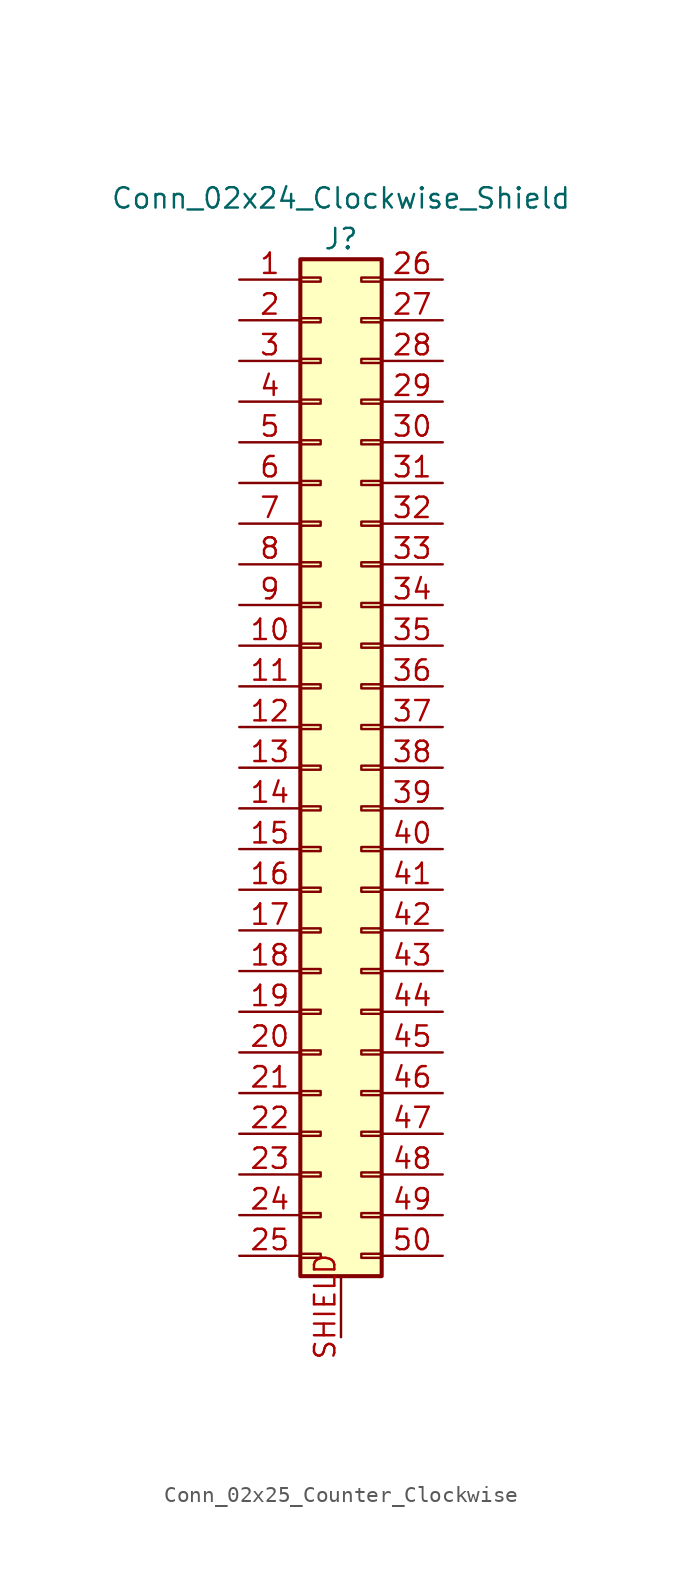
<source format=kicad_sym>
(kicad_symbol_lib
  (version 20241209)
  (generator "kicad_symbol_editor")
  (generator_version "9.0")
  (symbol "Conn_02x25_Counter_Clockwise"
    (pin_names
      (offset 1.016)
      (hide yes))
    (property "Reference" "J"
      (at 0 31.75 0)
      (effects (font (size 1.27 1.27))))
    (property "Value" "Conn_02x24_Clockwise_Shield"
      (at 0 34.29 0)
      (effects (font (size 1.27 1.27))))
    (symbol "Conn_02x25_Counter_Clockwise_1_1"
      (rectangle (start -2.54 30.48) (end 2.54 -33.02) (stroke (width 0.254) (type default)) (fill (type background)))
      (rectangle (start -2.54 29.337) (end -1.27 29.083) (stroke (width 0.152) (type default)) (fill (type none)))
      (rectangle (start -2.54 26.797) (end -1.27 26.543) (stroke (width 0.152) (type default)) (fill (type none)))
      (rectangle (start -2.54 24.257) (end -1.27 24.003) (stroke (width 0.152) (type default)) (fill (type none)))
      (rectangle (start -2.54 21.717) (end -1.27 21.463) (stroke (width 0.152) (type default)) (fill (type none)))
      (rectangle (start -2.54 19.177) (end -1.27 18.923) (stroke (width 0.152) (type default)) (fill (type none)))
      (rectangle (start -2.54 16.637) (end -1.27 16.383) (stroke (width 0.152) (type default)) (fill (type none)))
      (rectangle (start -2.54 14.097) (end -1.27 13.843) (stroke (width 0.152) (type default)) (fill (type none)))
      (rectangle (start -2.54 11.557) (end -1.27 11.303) (stroke (width 0.152) (type default)) (fill (type none)))
      (rectangle (start -2.54 9.017) (end -1.27 8.763) (stroke (width 0.152) (type default)) (fill (type none)))
      (rectangle (start -2.54 6.477) (end -1.27 6.223) (stroke (width 0.152) (type default)) (fill (type none)))
      (rectangle (start -2.54 3.937) (end -1.27 3.683) (stroke (width 0.152) (type default)) (fill (type none)))
      (rectangle (start -2.54 1.397) (end -1.27 1.143) (stroke (width 0.152) (type default)) (fill (type none)))
      (rectangle (start -2.54 -1.143) (end -1.27 -1.397) (stroke (width 0.152) (type default)) (fill (type none)))
      (rectangle (start -2.54 -3.683) (end -1.27 -3.937) (stroke (width 0.152) (type default)) (fill (type none)))
      (rectangle (start -2.54 -6.223) (end -1.27 -6.477) (stroke (width 0.152) (type default)) (fill (type none)))
      (rectangle (start -2.54 -8.763) (end -1.27 -9.017) (stroke (width 0.152) (type default)) (fill (type none)))
      (rectangle (start -2.54 -11.303) (end -1.27 -11.557) (stroke (width 0.152) (type default)) (fill (type none)))
      (rectangle (start -2.54 -13.843) (end -1.27 -14.097) (stroke (width 0.152) (type default)) (fill (type none)))
      (rectangle (start -2.54 -16.383) (end -1.27 -16.637) (stroke (width 0.152) (type default)) (fill (type none)))
      (rectangle (start -2.54 -18.923) (end -1.27 -19.177) (stroke (width 0.152) (type default)) (fill (type none)))
      (rectangle (start -2.54 -21.463) (end -1.27 -21.717) (stroke (width 0.152) (type default)) (fill (type none)))
      (rectangle (start -2.54 -24.003) (end -1.27 -24.257) (stroke (width 0.152) (type default)) (fill (type none)))
      (rectangle (start -2.54 -26.543) (end -1.27 -26.797) (stroke (width 0.152) (type default)) (fill (type none)))
      (rectangle (start -2.54 -29.083) (end -1.27 -29.337) (stroke (width 0.152) (type default)) (fill (type none)))
      (rectangle (start -2.54 -31.623) (end -1.27 -31.877) (stroke (width 0.152) (type default)) (fill (type none)))
      (rectangle (start 2.54 29.337) (end 1.27 29.083) (stroke (width 0.152) (type default)) (fill (type none)))
      (rectangle (start 2.54 26.797) (end 1.27 26.543) (stroke (width 0.152) (type default)) (fill (type none)))
      (rectangle (start 2.54 24.257) (end 1.27 24.003) (stroke (width 0.152) (type default)) (fill (type none)))
      (rectangle (start 2.54 21.717) (end 1.27 21.463) (stroke (width 0.152) (type default)) (fill (type none)))
      (rectangle (start 2.54 19.177) (end 1.27 18.923) (stroke (width 0.152) (type default)) (fill (type none)))
      (rectangle (start 2.54 16.637) (end 1.27 16.383) (stroke (width 0.152) (type default)) (fill (type none)))
      (rectangle (start 2.54 14.097) (end 1.27 13.843) (stroke (width 0.152) (type default)) (fill (type none)))
      (rectangle (start 2.54 11.557) (end 1.27 11.303) (stroke (width 0.152) (type default)) (fill (type none)))
      (rectangle (start 2.54 9.017) (end 1.27 8.763) (stroke (width 0.152) (type default)) (fill (type none)))
      (rectangle (start 2.54 6.477) (end 1.27 6.223) (stroke (width 0.152) (type default)) (fill (type none)))
      (rectangle (start 2.54 3.937) (end 1.27 3.683) (stroke (width 0.152) (type default)) (fill (type none)))
      (rectangle (start 2.54 1.397) (end 1.27 1.143) (stroke (width 0.152) (type default)) (fill (type none)))
      (rectangle (start 2.54 -1.143) (end 1.27 -1.397) (stroke (width 0.152) (type default)) (fill (type none)))
      (rectangle (start 2.54 -3.683) (end 1.27 -3.937) (stroke (width 0.152) (type default)) (fill (type none)))
      (rectangle (start 2.54 -6.223) (end 1.27 -6.477) (stroke (width 0.152) (type default)) (fill (type none)))
      (rectangle (start 2.54 -8.763) (end 1.27 -9.017) (stroke (width 0.152) (type default)) (fill (type none)))
      (rectangle (start 2.54 -11.303) (end 1.27 -11.557) (stroke (width 0.152) (type default)) (fill (type none)))
      (rectangle (start 2.54 -13.843) (end 1.27 -14.097) (stroke (width 0.152) (type default)) (fill (type none)))
      (rectangle (start 2.54 -16.383) (end 1.27 -16.637) (stroke (width 0.152) (type default)) (fill (type none)))
      (rectangle (start 2.54 -18.923) (end 1.27 -19.177) (stroke (width 0.152) (type default)) (fill (type none)))
      (rectangle (start 2.54 -21.463) (end 1.27 -21.717) (stroke (width 0.152) (type default)) (fill (type none)))
      (rectangle (start 2.54 -24.003) (end 1.27 -24.257) (stroke (width 0.152) (type default)) (fill (type none)))
      (rectangle (start 2.54 -26.543) (end 1.27 -26.797) (stroke (width 0.152) (type default)) (fill (type none)))
      (rectangle (start 2.54 -29.083) (end 1.27 -29.337) (stroke (width 0.152) (type default)) (fill (type none)))
      (rectangle (start 2.54 -31.623) (end 1.27 -31.877) (stroke (width 0.152) (type default)) (fill (type none)))
      (pin passive line (at -6.35 29.21 0) (length 3.81) (name "Pin_1" (effects (font (size 1.27 1.27)))) (number "1" (effects (font (size 1.27 1.27)))))
      (pin passive line (at -6.35 26.67 0) (length 3.81) (name "Pin_2" (effects (font (size 1.27 1.27)))) (number "2" (effects (font (size 1.27 1.27)))))
      (pin passive line (at -6.35 24.13 0) (length 3.81) (name "Pin_3" (effects (font (size 1.27 1.27)))) (number "3" (effects (font (size 1.27 1.27)))))
      (pin passive line (at -6.35 21.59 0) (length 3.81) (name "Pin_4" (effects (font (size 1.27 1.27)))) (number "4" (effects (font (size 1.27 1.27)))))
      (pin passive line (at -6.35 19.05 0) (length 3.81) (name "Pin_5" (effects (font (size 1.27 1.27)))) (number "5" (effects (font (size 1.27 1.27)))))
      (pin passive line (at -6.35 16.51 0) (length 3.81) (name "Pin_6" (effects (font (size 1.27 1.27)))) (number "6" (effects (font (size 1.27 1.27)))))
      (pin passive line (at -6.35 13.97 0) (length 3.81) (name "Pin_7" (effects (font (size 1.27 1.27)))) (number "7" (effects (font (size 1.27 1.27)))))
      (pin passive line (at -6.35 11.43 0) (length 3.81) (name "Pin_8" (effects (font (size 1.27 1.27)))) (number "8" (effects (font (size 1.27 1.27)))))
      (pin passive line (at -6.35 8.89 0) (length 3.81) (name "Pin_9" (effects (font (size 1.27 1.27)))) (number "9" (effects (font (size 1.27 1.27)))))
      (pin passive line (at -6.35 6.35 0) (length 3.81) (name "Pin_10" (effects (font (size 1.27 1.27)))) (number "10" (effects (font (size 1.27 1.27)))))
      (pin passive line (at -6.35 3.81 0) (length 3.81) (name "Pin_11" (effects (font (size 1.27 1.27)))) (number "11" (effects (font (size 1.27 1.27)))))
      (pin passive line (at -6.35 1.27 0) (length 3.81) (name "Pin_12" (effects (font (size 1.27 1.27)))) (number "12" (effects (font (size 1.27 1.27)))))
      (pin passive line (at -6.35 -1.27 0) (length 3.81) (name "Pin_13" (effects (font (size 1.27 1.27)))) (number "13" (effects (font (size 1.27 1.27)))))
      (pin passive line (at -6.35 -3.81 0) (length 3.81) (name "Pin_14" (effects (font (size 1.27 1.27)))) (number "14" (effects (font (size 1.27 1.27)))))
      (pin passive line (at -6.35 -6.35 0) (length 3.81) (name "Pin_15" (effects (font (size 1.27 1.27)))) (number "15" (effects (font (size 1.27 1.27)))))
      (pin passive line (at -6.35 -8.89 0) (length 3.81) (name "Pin_16" (effects (font (size 1.27 1.27)))) (number "16" (effects (font (size 1.27 1.27)))))
      (pin passive line (at -6.35 -11.43 0) (length 3.81) (name "Pin_17" (effects (font (size 1.27 1.27)))) (number "17" (effects (font (size 1.27 1.27)))))
      (pin passive line (at -6.35 -13.97 0) (length 3.81) (name "Pin_18" (effects (font (size 1.27 1.27)))) (number "18" (effects (font (size 1.27 1.27)))))
      (pin passive line (at -6.35 -16.51 0) (length 3.81) (name "Pin_19" (effects (font (size 1.27 1.27)))) (number "19" (effects (font (size 1.27 1.27)))))
      (pin passive line (at -6.35 -19.05 0) (length 3.81) (name "Pin_20" (effects (font (size 1.27 1.27)))) (number "20" (effects (font (size 1.27 1.27)))))
      (pin passive line (at -6.35 -21.59 0) (length 3.81) (name "Pin_21" (effects (font (size 1.27 1.27)))) (number "21" (effects (font (size 1.27 1.27)))))
      (pin passive line (at -6.35 -24.13 0) (length 3.81) (name "Pin_22" (effects (font (size 1.27 1.27)))) (number "22" (effects (font (size 1.27 1.27)))))
      (pin passive line (at -6.35 -26.67 0) (length 3.81) (name "Pin_23" (effects (font (size 1.27 1.27)))) (number "23" (effects (font (size 1.27 1.27)))))
      (pin passive line (at -6.35 -29.21 0) (length 3.81) (name "Pin_24" (effects (font (size 1.27 1.27)))) (number "24" (effects (font (size 1.27 1.27)))))
      (pin passive line (at -6.35 -31.75 0) (length 3.81) (name "Pin_25" (effects (font (size 1.27 1.27)))) (number "25" (effects (font (size 1.27 1.27)))))
      (pin power_in line (at 0 -36.83 90) (length 3.81) (name "SHIELD" (effects (font (size 1.27 1.27)))) (number "SHIELD" (effects (font (size 1.27 1.27)))))
      (pin passive line (at 6.35 29.21 180) (length 3.81) (name "Pin_26" (effects (font (size 1.27 1.27)))) (number "26" (effects (font (size 1.27 1.27)))))
      (pin passive line (at 6.35 26.67 180) (length 3.81) (name "Pin_27" (effects (font (size 1.27 1.27)))) (number "27" (effects (font (size 1.27 1.27)))))
      (pin passive line (at 6.35 24.13 180) (length 3.81) (name "Pin_28" (effects (font (size 1.27 1.27)))) (number "28" (effects (font (size 1.27 1.27)))))
      (pin passive line (at 6.35 21.59 180) (length 3.81) (name "Pin_29" (effects (font (size 1.27 1.27)))) (number "29" (effects (font (size 1.27 1.27)))))
      (pin passive line (at 6.35 19.05 180) (length 3.81) (name "Pin_30" (effects (font (size 1.27 1.27)))) (number "30" (effects (font (size 1.27 1.27)))))
      (pin passive line (at 6.35 16.51 180) (length 3.81) (name "Pin_31" (effects (font (size 1.27 1.27)))) (number "31" (effects (font (size 1.27 1.27)))))
      (pin passive line (at 6.35 13.97 180) (length 3.81) (name "Pin_32" (effects (font (size 1.27 1.27)))) (number "32" (effects (font (size 1.27 1.27)))))
      (pin passive line (at 6.35 11.43 180) (length 3.81) (name "Pin_33" (effects (font (size 1.27 1.27)))) (number "33" (effects (font (size 1.27 1.27)))))
      (pin passive line (at 6.35 8.89 180) (length 3.81) (name "Pin_34" (effects (font (size 1.27 1.27)))) (number "34" (effects (font (size 1.27 1.27)))))
      (pin passive line (at 6.35 6.35 180) (length 3.81) (name "Pin_35" (effects (font (size 1.27 1.27)))) (number "35" (effects (font (size 1.27 1.27)))))
      (pin passive line (at 6.35 3.81 180) (length 3.81) (name "Pin_36" (effects (font (size 1.27 1.27)))) (number "36" (effects (font (size 1.27 1.27)))))
      (pin passive line (at 6.35 1.27 180) (length 3.81) (name "Pin_37" (effects (font (size 1.27 1.27)))) (number "37" (effects (font (size 1.27 1.27)))))
      (pin passive line (at 6.35 -1.27 180) (length 3.81) (name "Pin_38" (effects (font (size 1.27 1.27)))) (number "38" (effects (font (size 1.27 1.27)))))
      (pin passive line (at 6.35 -3.81 180) (length 3.81) (name "Pin_39" (effects (font (size 1.27 1.27)))) (number "39" (effects (font (size 1.27 1.27)))))
      (pin passive line (at 6.35 -6.35 180) (length 3.81) (name "Pin_40" (effects (font (size 1.27 1.27)))) (number "40" (effects (font (size 1.27 1.27)))))
      (pin passive line (at 6.35 -8.89 180) (length 3.81) (name "Pin_41" (effects (font (size 1.27 1.27)))) (number "41" (effects (font (size 1.27 1.27)))))
      (pin passive line (at 6.35 -11.43 180) (length 3.81) (name "Pin_42" (effects (font (size 1.27 1.27)))) (number "42" (effects (font (size 1.27 1.27)))))
      (pin passive line (at 6.35 -13.97 180) (length 3.81) (name "Pin_43" (effects (font (size 1.27 1.27)))) (number "43" (effects (font (size 1.27 1.27)))))
      (pin passive line (at 6.35 -16.51 180) (length 3.81) (name "Pin_44" (effects (font (size 1.27 1.27)))) (number "44" (effects (font (size 1.27 1.27)))))
      (pin passive line (at 6.35 -19.05 180) (length 3.81) (name "Pin_45" (effects (font (size 1.27 1.27)))) (number "45" (effects (font (size 1.27 1.27)))))
      (pin passive line (at 6.35 -21.59 180) (length 3.81) (name "Pin_46" (effects (font (size 1.27 1.27)))) (number "46" (effects (font (size 1.27 1.27)))))
      (pin passive line (at 6.35 -24.13 180) (length 3.81) (name "Pin_47" (effects (font (size 1.27 1.27)))) (number "47" (effects (font (size 1.27 1.27)))))
      (pin passive line (at 6.35 -26.67 180) (length 3.81) (name "Pin_48" (effects (font (size 1.27 1.27)))) (number "48" (effects (font (size 1.27 1.27)))))
      (pin passive line (at 6.35 -29.21 180) (length 3.81) (name "Pin_49" (effects (font (size 1.27 1.27)))) (number "49" (effects (font (size 1.27 1.27)))))
      (pin passive line (at 6.35 -31.75 180) (length 3.81) (name "Pin_50" (effects (font (size 1.27 1.27)))) (number "50" (effects (font (size 1.27 1.27))))))))
</source>
